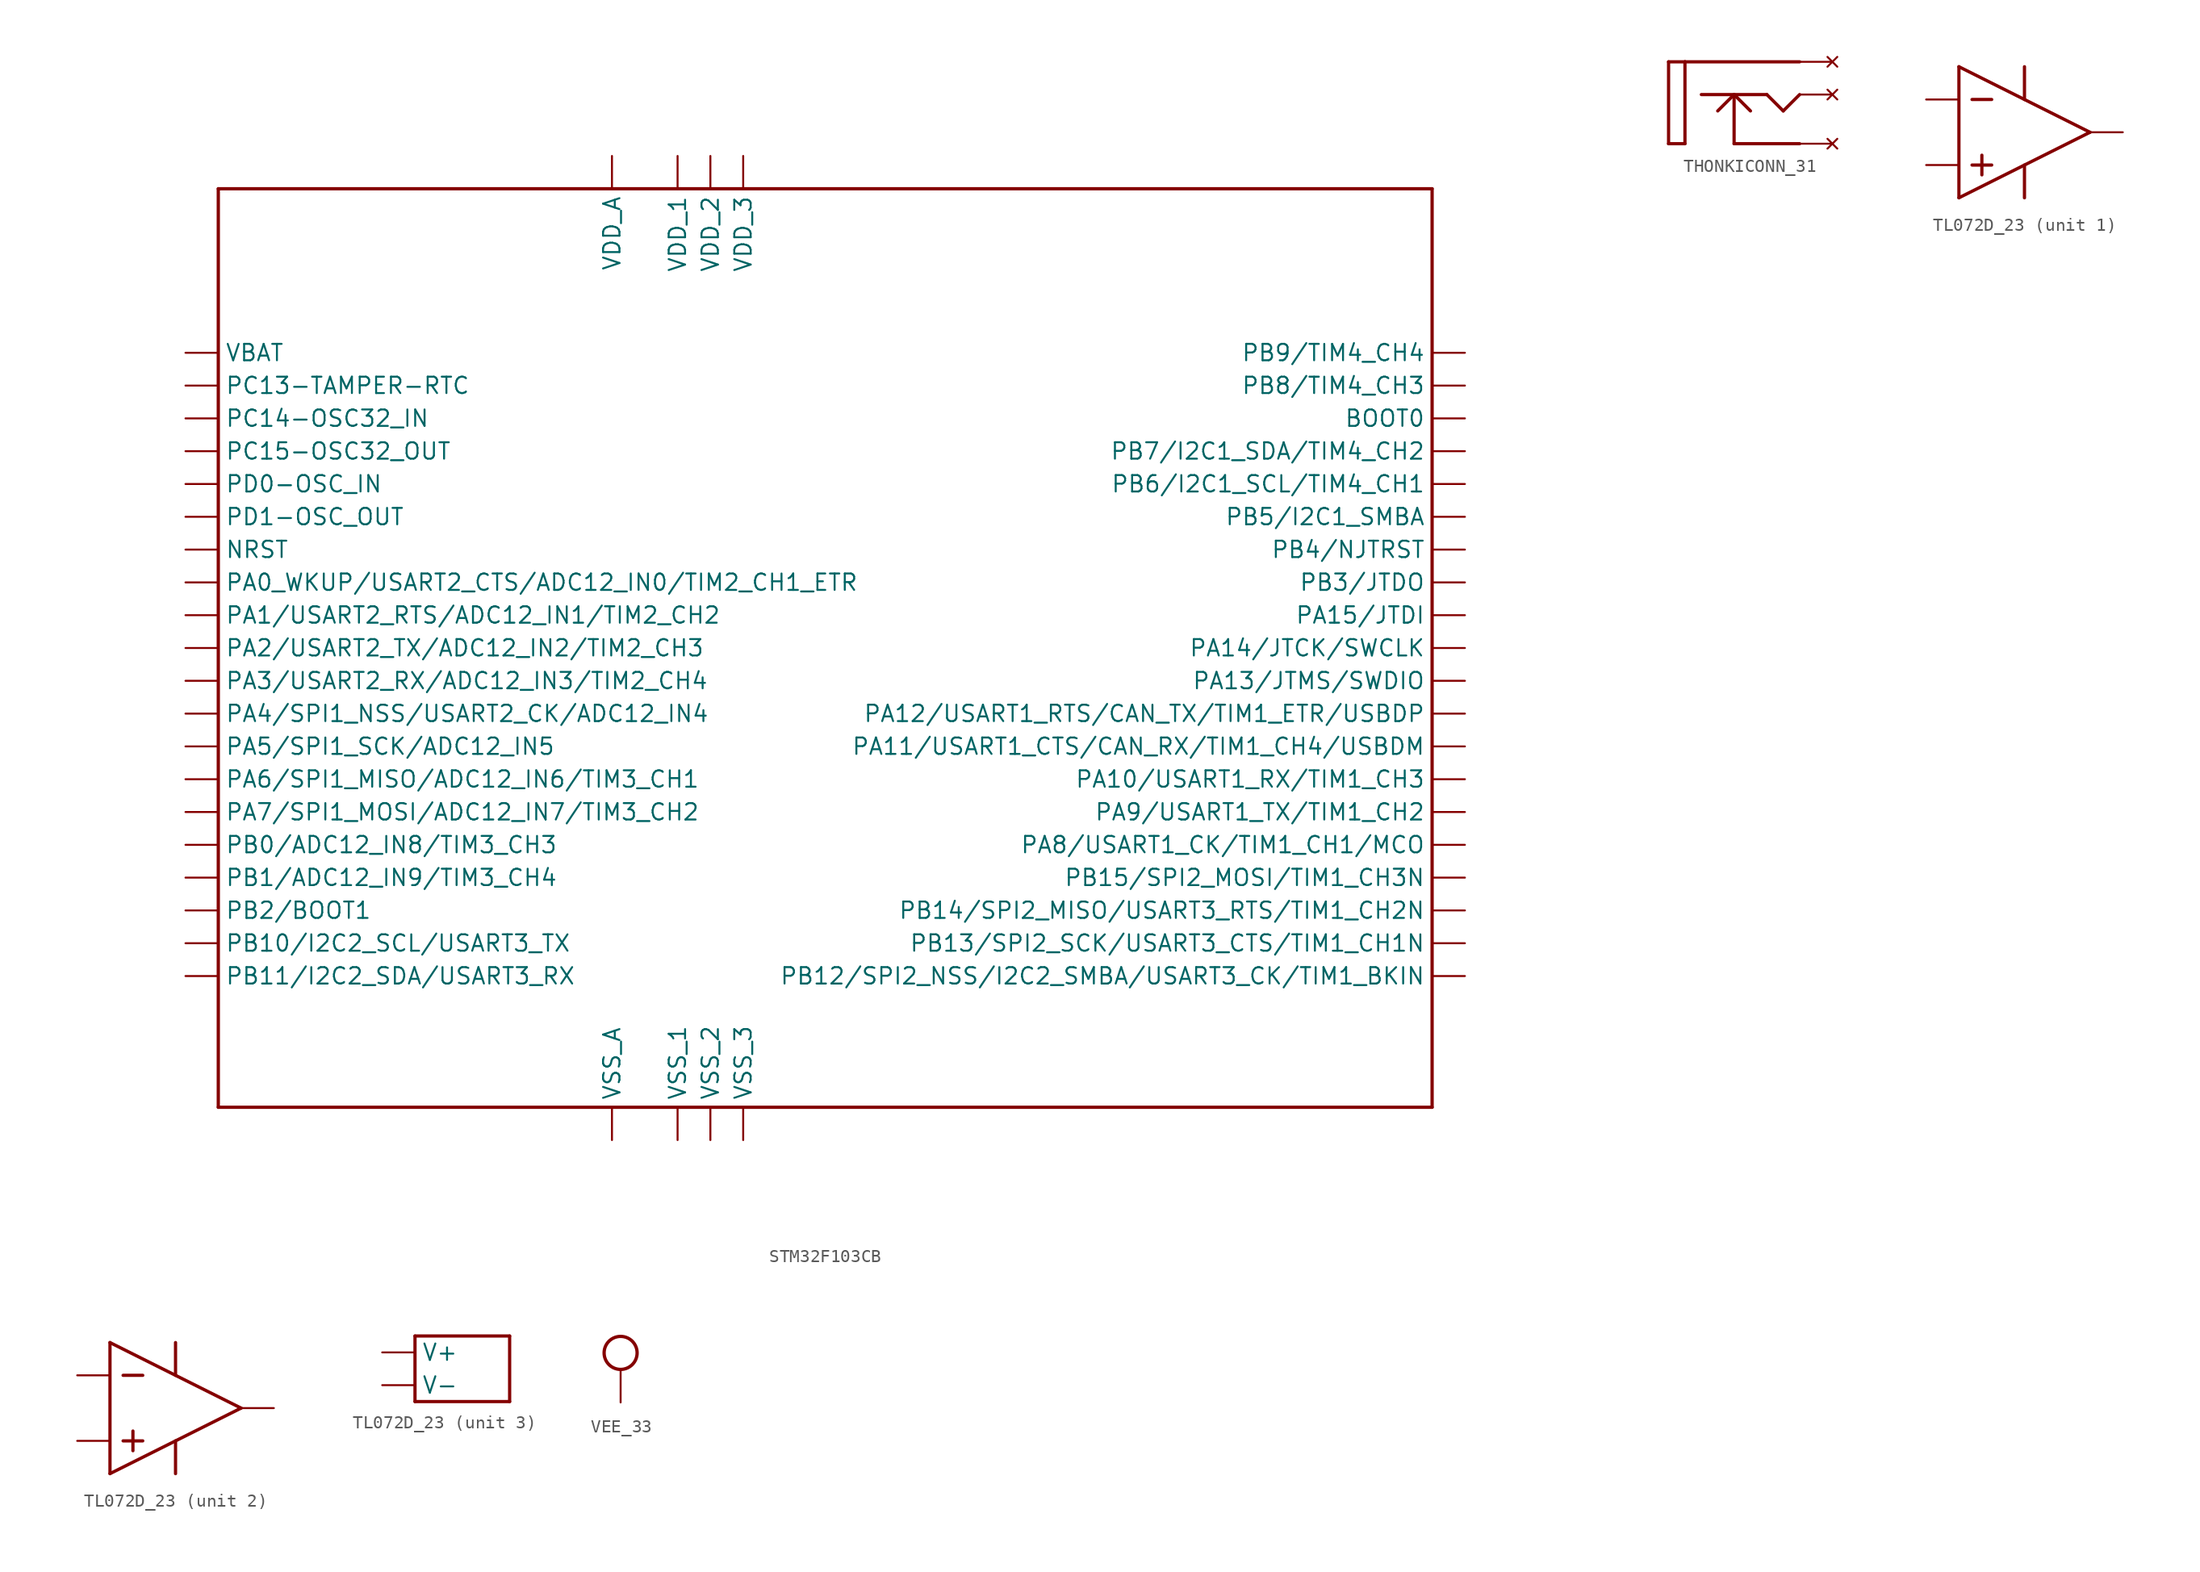
<source format=kicad_sym>
(kicad_symbol_lib
  (version 20231120)
  (generator "kicad_symbol_editor")
  (generator_version "8.0")
  (symbol "STM32F103CB"
    (property "Reference" "UC"
      (at 0 0 0)
      (effects (font (size 1.27 1.27)) (hide yes)))
    (property "ki_locked" ""
      (at 0 0 0)
      (effects (font (size 1.27 1.27))))
    (symbol "STM32F103CB_1_0"
      (polyline (pts (xy -46.99 -35.56) (xy 46.99 -35.56)) (stroke (width 0.254) (type solid)) (fill (type none)))
      (polyline (pts (xy -46.99 35.56) (xy -46.99 -35.56)) (stroke (width 0.254) (type solid)) (fill (type none)))
      (polyline (pts (xy 46.99 -35.56) (xy 46.99 35.56)) (stroke (width 0.254) (type solid)) (fill (type none)))
      (polyline (pts (xy 46.99 35.56) (xy -46.99 35.56)) (stroke (width 0.254) (type solid)) (fill (type none)))
      (pin power_in line (at -49.53 22.86 0) (length 2.54) (name "VBAT" (effects (font (size 1.27 1.27)))) (number "1" (effects (font (size 0 0)))))
      (pin bidirectional line (at -49.53 5.08 0) (length 2.54) (name "PA0_WKUP/USART2_CTS/ADC12_IN0/TIM2_CH1_ETR" (effects (font (size 1.27 1.27)))) (number "10" (effects (font (size 0 0)))))
      (pin bidirectional line (at -49.53 2.54 0) (length 2.54) (name "PA1/USART2_RTS/ADC12_IN1/TIM2_CH2" (effects (font (size 1.27 1.27)))) (number "11" (effects (font (size 0 0)))))
      (pin bidirectional line (at -49.53 0 0) (length 2.54) (name "PA2/USART2_TX/ADC12_IN2/TIM2_CH3" (effects (font (size 1.27 1.27)))) (number "12" (effects (font (size 0 0)))))
      (pin bidirectional line (at -49.53 -2.54 0) (length 2.54) (name "PA3/USART2_RX/ADC12_IN3/TIM2_CH4" (effects (font (size 1.27 1.27)))) (number "13" (effects (font (size 0 0)))))
      (pin bidirectional line (at -49.53 -5.08 0) (length 2.54) (name "PA4/SPI1_NSS/USART2_CK/ADC12_IN4" (effects (font (size 1.27 1.27)))) (number "14" (effects (font (size 0 0)))))
      (pin bidirectional line (at -49.53 -7.62 0) (length 2.54) (name "PA5/SPI1_SCK/ADC12_IN5" (effects (font (size 1.27 1.27)))) (number "15" (effects (font (size 0 0)))))
      (pin bidirectional line (at -49.53 -10.16 0) (length 2.54) (name "PA6/SPI1_MISO/ADC12_IN6/TIM3_CH1" (effects (font (size 1.27 1.27)))) (number "16" (effects (font (size 0 0)))))
      (pin bidirectional line (at -49.53 -12.7 0) (length 2.54) (name "PA7/SPI1_MOSI/ADC12_IN7/TIM3_CH2" (effects (font (size 1.27 1.27)))) (number "17" (effects (font (size 0 0)))))
      (pin bidirectional line (at -49.53 -15.24 0) (length 2.54) (name "PB0/ADC12_IN8/TIM3_CH3" (effects (font (size 1.27 1.27)))) (number "18" (effects (font (size 0 0)))))
      (pin bidirectional line (at -49.53 -17.78 0) (length 2.54) (name "PB1/ADC12_IN9/TIM3_CH4" (effects (font (size 1.27 1.27)))) (number "19" (effects (font (size 0 0)))))
      (pin input line (at -49.53 20.32 0) (length 2.54) (name "PC13-TAMPER-RTC" (effects (font (size 1.27 1.27)))) (number "2" (effects (font (size 0 0)))))
      (pin bidirectional line (at -49.53 -20.32 0) (length 2.54) (name "PB2/BOOT1" (effects (font (size 1.27 1.27)))) (number "20" (effects (font (size 0 0)))))
      (pin input line (at -49.53 -22.86 0) (length 2.54) (name "PB10/I2C2_SCL/USART3_TX" (effects (font (size 1.27 1.27)))) (number "21" (effects (font (size 0 0)))))
      (pin input line (at -49.53 -25.4 0) (length 2.54) (name "PB11/I2C2_SDA/USART3_RX" (effects (font (size 1.27 1.27)))) (number "22" (effects (font (size 0 0)))))
      (pin power_in line (at -11.43 -38.1 90) (length 2.54) (name "VSS_1" (effects (font (size 1.27 1.27)))) (number "23" (effects (font (size 0 0)))))
      (pin power_in line (at -11.43 38.1 270) (length 2.54) (name "VDD_1" (effects (font (size 1.27 1.27)))) (number "24" (effects (font (size 0 0)))))
      (pin input line (at 49.53 -25.4 180) (length 2.54) (name "PB12/SPI2_NSS/I2C2_SMBA/USART3_CK/TIM1_BKIN" (effects (font (size 1.27 1.27)))) (number "25" (effects (font (size 0 0)))))
      (pin input line (at 49.53 -22.86 180) (length 2.54) (name "PB13/SPI2_SCK/USART3_CTS/TIM1_CH1N" (effects (font (size 1.27 1.27)))) (number "26" (effects (font (size 0 0)))))
      (pin input line (at 49.53 -20.32 180) (length 2.54) (name "PB14/SPI2_MISO/USART3_RTS/TIM1_CH2N" (effects (font (size 1.27 1.27)))) (number "27" (effects (font (size 0 0)))))
      (pin input line (at 49.53 -17.78 180) (length 2.54) (name "PB15/SPI2_MOSI/TIM1_CH3N" (effects (font (size 1.27 1.27)))) (number "28" (effects (font (size 0 0)))))
      (pin bidirectional line (at 49.53 -15.24 180) (length 2.54) (name "PA8/USART1_CK/TIM1_CH1/MCO" (effects (font (size 1.27 1.27)))) (number "29" (effects (font (size 0 0)))))
      (pin input line (at -49.53 17.78 0) (length 2.54) (name "PC14-OSC32_IN" (effects (font (size 1.27 1.27)))) (number "3" (effects (font (size 0 0)))))
      (pin input line (at 49.53 -12.7 180) (length 2.54) (name "PA9/USART1_TX/TIM1_CH2" (effects (font (size 1.27 1.27)))) (number "30" (effects (font (size 0 0)))))
      (pin bidirectional line (at 49.53 -10.16 180) (length 2.54) (name "PA10/USART1_RX/TIM1_CH3" (effects (font (size 1.27 1.27)))) (number "31" (effects (font (size 0 0)))))
      (pin bidirectional line (at 49.53 -7.62 180) (length 2.54) (name "PA11/USART1_CTS/CAN_RX/TIM1_CH4/USBDM" (effects (font (size 1.27 1.27)))) (number "32" (effects (font (size 0 0)))))
      (pin bidirectional line (at 49.53 -5.08 180) (length 2.54) (name "PA12/USART1_RTS/CAN_TX/TIM1_ETR/USBDP" (effects (font (size 1.27 1.27)))) (number "33" (effects (font (size 0 0)))))
      (pin bidirectional line (at 49.53 -2.54 180) (length 2.54) (name "PA13/JTMS/SWDIO" (effects (font (size 1.27 1.27)))) (number "34" (effects (font (size 0 0)))))
      (pin power_in line (at -8.89 -38.1 90) (length 2.54) (name "VSS_2" (effects (font (size 1.27 1.27)))) (number "35" (effects (font (size 0 0)))))
      (pin power_in line (at -8.89 38.1 270) (length 2.54) (name "VDD_2" (effects (font (size 1.27 1.27)))) (number "36" (effects (font (size 0 0)))))
      (pin bidirectional line (at 49.53 0 180) (length 2.54) (name "PA14/JTCK/SWCLK" (effects (font (size 1.27 1.27)))) (number "37" (effects (font (size 0 0)))))
      (pin bidirectional line (at 49.53 2.54 180) (length 2.54) (name "PA15/JTDI" (effects (font (size 1.27 1.27)))) (number "38" (effects (font (size 0 0)))))
      (pin bidirectional line (at 49.53 5.08 180) (length 2.54) (name "PB3/JTDO" (effects (font (size 1.27 1.27)))) (number "39" (effects (font (size 0 0)))))
      (pin input line (at -49.53 15.24 0) (length 2.54) (name "PC15-OSC32_OUT" (effects (font (size 1.27 1.27)))) (number "4" (effects (font (size 0 0)))))
      (pin bidirectional line (at 49.53 7.62 180) (length 2.54) (name "PB4/NJTRST" (effects (font (size 1.27 1.27)))) (number "40" (effects (font (size 0 0)))))
      (pin input line (at 49.53 10.16 180) (length 2.54) (name "PB5/I2C1_SMBA" (effects (font (size 1.27 1.27)))) (number "41" (effects (font (size 0 0)))))
      (pin input line (at 49.53 12.7 180) (length 2.54) (name "PB6/I2C1_SCL/TIM4_CH1" (effects (font (size 1.27 1.27)))) (number "42" (effects (font (size 0 0)))))
      (pin bidirectional line (at 49.53 15.24 180) (length 2.54) (name "PB7/I2C1_SDA/TIM4_CH2" (effects (font (size 1.27 1.27)))) (number "43" (effects (font (size 0 0)))))
      (pin input line (at 49.53 17.78 180) (length 2.54) (name "BOOT0" (effects (font (size 1.27 1.27)))) (number "44" (effects (font (size 0 0)))))
      (pin bidirectional line (at 49.53 20.32 180) (length 2.54) (name "PB8/TIM4_CH3" (effects (font (size 1.27 1.27)))) (number "45" (effects (font (size 0 0)))))
      (pin input line (at 49.53 22.86 180) (length 2.54) (name "PB9/TIM4_CH4" (effects (font (size 1.27 1.27)))) (number "46" (effects (font (size 0 0)))))
      (pin power_in line (at -6.35 -38.1 90) (length 2.54) (name "VSS_3" (effects (font (size 1.27 1.27)))) (number "47" (effects (font (size 0 0)))))
      (pin power_in line (at -6.35 38.1 270) (length 2.54) (name "VDD_3" (effects (font (size 1.27 1.27)))) (number "48" (effects (font (size 0 0)))))
      (pin input line (at -49.53 12.7 0) (length 2.54) (name "PD0-OSC_IN" (effects (font (size 1.27 1.27)))) (number "5" (effects (font (size 0 0)))))
      (pin input line (at -49.53 10.16 0) (length 2.54) (name "PD1-OSC_OUT" (effects (font (size 1.27 1.27)))) (number "6" (effects (font (size 0 0)))))
      (pin input line (at -49.53 7.62 0) (length 2.54) (name "NRST" (effects (font (size 1.27 1.27)))) (number "7" (effects (font (size 0 0)))))
      (pin power_in line (at -16.51 -38.1 90) (length 2.54) (name "VSS_A" (effects (font (size 1.27 1.27)))) (number "8" (effects (font (size 0 0)))))
      (pin power_in line (at -16.51 38.1 270) (length 2.54) (name "VDD_A" (effects (font (size 1.27 1.27)))) (number "9" (effects (font (size 0 0)))))))
  (symbol "THONKICONN_31"
    (property "Reference" "J"
      (at 0 0 0)
      (effects (font (size 1.27 1.27)) (hide yes)))
    (property "ki_locked" ""
      (at 0 0 0)
      (effects (font (size 1.27 1.27))))
    (symbol "THONKICONN_31_1_0"
      (polyline (pts (xy -5.08 -3.175) (xy -5.08 3.175)) (stroke (width 0.25) (type solid)) (fill (type none)))
      (polyline (pts (xy -5.08 3.175) (xy -3.81 3.175)) (stroke (width 0.25) (type solid)) (fill (type none)))
      (polyline (pts (xy -3.81 -3.175) (xy -5.08 -3.175)) (stroke (width 0.25) (type solid)) (fill (type none)))
      (polyline (pts (xy -3.81 3.175) (xy -3.81 -3.175)) (stroke (width 0.25) (type solid)) (fill (type none)))
      (polyline (pts (xy -3.81 3.175) (xy 5.08 3.175)) (stroke (width 0.25) (type solid)) (fill (type none)))
      (polyline (pts (xy -1.27 -0.635) (xy 0 0.635)) (stroke (width 0.25) (type solid)) (fill (type none)))
      (polyline (pts (xy 0 0.635) (xy 0 -3.175)) (stroke (width 0.25) (type solid)) (fill (type none)))
      (polyline (pts (xy 1.27 -0.635) (xy 0 0.635)) (stroke (width 0.25) (type solid)) (fill (type none)))
      (polyline (pts (xy 2.54 0.635) (xy -2.54 0.635)) (stroke (width 0.25) (type solid)) (fill (type none)))
      (polyline (pts (xy 3.81 -0.635) (xy 2.54 0.635)) (stroke (width 0.25) (type solid)) (fill (type none)))
      (polyline (pts (xy 5.08 -3.175) (xy 0 -3.175)) (stroke (width 0.25) (type solid)) (fill (type none)))
      (polyline (pts (xy 5.08 0.635) (xy 3.81 -0.635)) (stroke (width 0.25) (type solid)) (fill (type none)))
      (pin no_connect line (at 7.62 -3.175 180) (length 2.54) (name "TN" (effects (font (size 0 0)))) (number "1" (effects (font (size 0 0)))))
      (pin no_connect line (at 7.62 0.635 180) (length 2.54) (name "Tip" (effects (font (size 0 0)))) (number "2" (effects (font (size 0 0)))))
      (pin no_connect line (at 7.62 3.175 180) (length 2.54) (name "GND" (effects (font (size 0 0)))) (number "3" (effects (font (size 0 0)))))))
  (symbol "TL072D_23"
    (property "Reference" "U"
      (at 0 0 0)
      (effects (font (size 1.27 1.27)) (hide yes)))
    (property "ki_locked" ""
      (at 0 0 0)
      (effects (font (size 1.27 1.27))))
    (symbol "TL072D_23_1_0"
      (polyline (pts (xy -5.08 -5.08) (xy 5.08 0)) (stroke (width 0.25) (type solid)) (fill (type none)))
      (polyline (pts (xy -5.08 5.08) (xy -5.08 -5.08)) (stroke (width 0.25) (type solid)) (fill (type none)))
      (polyline (pts (xy -5.08 5.08) (xy 5.08 0)) (stroke (width 0.25) (type solid)) (fill (type none)))
      (polyline (pts (xy -4.064 -2.54) (xy -2.54 -2.54)) (stroke (width 0.25) (type solid)) (fill (type none)))
      (polyline (pts (xy -4.064 2.54) (xy -2.54 2.54)) (stroke (width 0.25) (type solid)) (fill (type none)))
      (polyline (pts (xy -3.302 -1.778) (xy -3.302 -3.302)) (stroke (width 0.25) (type solid)) (fill (type none)))
      (polyline (pts (xy 0 -2.54) (xy 0 -5.08)) (stroke (width 0.25) (type solid)) (fill (type none)))
      (polyline (pts (xy 0 5.08) (xy 0 2.54)) (stroke (width 0.25) (type solid)) (fill (type none)))
      (pin output line (at 7.62 0 180) (length 2.54) (name "OUT" (effects (font (size 0 0)))) (number "1" (effects (font (size 0 0)))))
      (pin input line (at -7.62 2.54 0) (length 2.54) (name "IN-" (effects (font (size 0 0)))) (number "2" (effects (font (size 0 0)))))
      (pin input line (at -7.62 -2.54 0) (length 2.54) (name "IN+" (effects (font (size 0 0)))) (number "3" (effects (font (size 0 0))))))
    (symbol "TL072D_23_2_0"
      (polyline (pts (xy -5.08 -5.08) (xy 5.08 0)) (stroke (width 0.25) (type solid)) (fill (type none)))
      (polyline (pts (xy -5.08 5.08) (xy -5.08 -5.08)) (stroke (width 0.25) (type solid)) (fill (type none)))
      (polyline (pts (xy -5.08 5.08) (xy 5.08 0)) (stroke (width 0.25) (type solid)) (fill (type none)))
      (polyline (pts (xy -4.064 -2.54) (xy -2.54 -2.54)) (stroke (width 0.25) (type solid)) (fill (type none)))
      (polyline (pts (xy -4.064 2.54) (xy -2.54 2.54)) (stroke (width 0.25) (type solid)) (fill (type none)))
      (polyline (pts (xy -3.302 -1.778) (xy -3.302 -3.302)) (stroke (width 0.25) (type solid)) (fill (type none)))
      (polyline (pts (xy 0 -2.54) (xy 0 -5.08)) (stroke (width 0.25) (type solid)) (fill (type none)))
      (polyline (pts (xy 0 5.08) (xy 0 2.54)) (stroke (width 0.25) (type solid)) (fill (type none)))
      (pin input line (at -7.62 -2.54 0) (length 2.54) (name "IN+" (effects (font (size 0 0)))) (number "5" (effects (font (size 0 0)))))
      (pin input line (at -7.62 2.54 0) (length 2.54) (name "IN-" (effects (font (size 0 0)))) (number "6" (effects (font (size 0 0)))))
      (pin output line (at 7.62 0 180) (length 2.54) (name "OUT" (effects (font (size 0 0)))) (number "7" (effects (font (size 0 0))))))
    (symbol "TL072D_23_3_0"
      (polyline (pts (xy -3.667 -2.54) (xy -3.667 2.54)) (stroke (width 0.25) (type solid)) (fill (type none)))
      (polyline (pts (xy -3.667 2.54) (xy 3.667 2.54)) (stroke (width 0.25) (type solid)) (fill (type none)))
      (polyline (pts (xy 3.667 -2.54) (xy -3.667 -2.54)) (stroke (width 0.25) (type solid)) (fill (type none)))
      (polyline (pts (xy 3.667 2.54) (xy 3.667 -2.54)) (stroke (width 0.25) (type solid)) (fill (type none)))
      (pin power_in line (at -6.207 -1.27 0) (length 2.54) (name "V-" (effects (font (size 1.27 1.27)))) (number "4" (effects (font (size 0 0)))))
      (pin power_in line (at -6.207 1.27 0) (length 2.54) (name "V+" (effects (font (size 1.27 1.27)))) (number "8" (effects (font (size 0 0)))))))
  (symbol "VEE_33"
    (power)
    (property "Reference" "#SUPPLY"
      (at 0 0 0)
      (effects (font (size 1.27 1.27)) (hide yes)))
    (property "ki_locked" ""
      (at 0 0 0)
      (effects (font (size 1.27 1.27))))
    (symbol "VEE_33_1_0"
      (circle (center 0 0) (radius 1.27) (stroke (width 0.254) (type solid)) (fill (type none)))
      (pin power_in line (at 0 -3.81 90) (length 2.54) (name "VEE" (effects (font (size 0 0)))) (number "1" (effects (font (size 0 0))))))))
</source>
